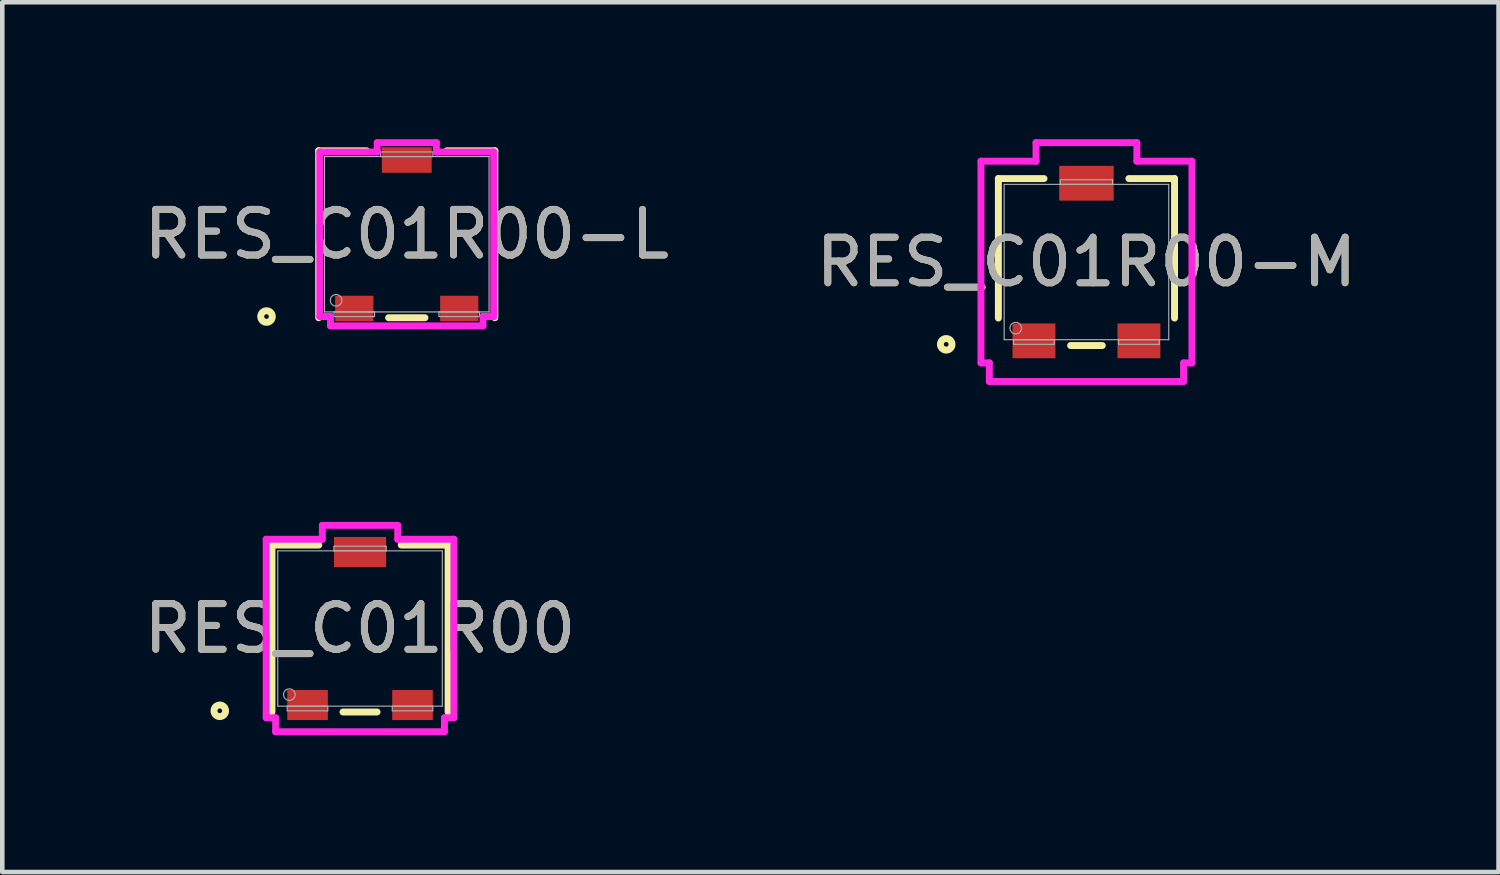
<source format=kicad_pcb>
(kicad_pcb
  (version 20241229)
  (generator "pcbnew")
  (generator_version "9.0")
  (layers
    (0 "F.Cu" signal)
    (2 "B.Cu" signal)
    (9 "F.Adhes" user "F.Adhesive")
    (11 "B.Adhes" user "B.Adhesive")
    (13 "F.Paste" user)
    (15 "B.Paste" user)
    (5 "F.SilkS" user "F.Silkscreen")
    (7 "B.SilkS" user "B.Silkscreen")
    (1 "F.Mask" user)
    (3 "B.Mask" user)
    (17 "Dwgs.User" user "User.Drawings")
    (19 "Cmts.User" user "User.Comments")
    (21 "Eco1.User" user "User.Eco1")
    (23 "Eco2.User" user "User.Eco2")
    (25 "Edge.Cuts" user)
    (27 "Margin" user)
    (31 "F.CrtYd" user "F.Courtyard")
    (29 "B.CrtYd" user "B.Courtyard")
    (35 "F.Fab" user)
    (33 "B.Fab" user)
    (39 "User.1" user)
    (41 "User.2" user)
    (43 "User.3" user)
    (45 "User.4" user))
  (footprint "RES_C01R00-L"
    (layer "F.Cu")
    (at 5.863 2.083)
    (property "Reference" "RES_C01R00-L" (at 0 0 0) (unlocked yes) (layer "F.SilkS") (effects (font (size 1 1) (thickness 0.15))))
    (attr smd)
    (fp_line (start -1.93 -1.829) (end -1.93 1.829) (stroke (width 0.152) (type solid)) (layer "F.SilkS"))
    (fp_line (start -0.879 -1.829) (end -1.93 -1.829) (stroke (width 0.152) (type solid)) (layer "F.SilkS"))
    (fp_line (start -0.398 1.829) (end 0.398 1.829) (stroke (width 0.152) (type solid)) (layer "F.SilkS"))
    (fp_line (start 1.93 -1.829) (end 0.879 -1.829) (stroke (width 0.152) (type solid)) (layer "F.SilkS"))
    (fp_line (start 1.93 1.829) (end 1.93 -1.829) (stroke (width 0.152) (type solid)) (layer "F.SilkS"))
    (fp_circle (center -3.073 1.803) (end -2.946 1.803) (stroke (width 0.152) (type solid)) (fill no) (layer "F.SilkS"))
    (fp_line (start -1.905 -1.803) (end -0.648 -1.803) (stroke (width 0.152) (type solid)) (layer "F.CrtYd"))
    (fp_line (start -1.905 1.803) (end -1.905 -1.803) (stroke (width 0.152) (type solid)) (layer "F.CrtYd"))
    (fp_line (start -1.905 1.803) (end -1.671 1.803) (stroke (width 0.152) (type solid)) (layer "F.CrtYd"))
    (fp_line (start -1.671 1.803) (end -1.671 2.007) (stroke (width 0.152) (type solid)) (layer "F.CrtYd"))
    (fp_line (start -1.671 2.007) (end 1.671 2.007) (stroke (width 0.152) (type solid)) (layer "F.CrtYd"))
    (fp_line (start -0.648 -2.007) (end 0.648 -2.007) (stroke (width 0.152) (type solid)) (layer "F.CrtYd"))
    (fp_line (start -0.648 -1.803) (end -0.648 -2.007) (stroke (width 0.152) (type solid)) (layer "F.CrtYd"))
    (fp_line (start 0.648 -1.803) (end 0.648 -2.007) (stroke (width 0.152) (type solid)) (layer "F.CrtYd"))
    (fp_line (start 1.671 1.803) (end 1.671 2.007) (stroke (width 0.152) (type solid)) (layer "F.CrtYd"))
    (fp_line (start 1.905 -1.803) (end 0.648 -1.803) (stroke (width 0.152) (type solid)) (layer "F.CrtYd"))
    (fp_line (start 1.905 -1.803) (end 1.905 1.803) (stroke (width 0.152) (type solid)) (layer "F.CrtYd"))
    (fp_line (start 1.905 1.803) (end 1.671 1.803) (stroke (width 0.152) (type solid)) (layer "F.CrtYd"))
    (fp_line (start -1.803 -1.702) (end -1.803 1.702) (stroke (width 0.025) (type solid)) (layer "F.Fab"))
    (fp_line (start -1.803 1.702) (end 1.803 1.702) (stroke (width 0.025) (type solid)) (layer "F.Fab"))
    (fp_line (start -1.595 1.702) (end -1.595 1.803) (stroke (width 0.025) (type solid)) (layer "F.Fab"))
    (fp_line (start -1.595 1.803) (end -0.706 1.803) (stroke (width 0.025) (type solid)) (layer "F.Fab"))
    (fp_line (start -0.706 1.702) (end -1.595 1.702) (stroke (width 0.025) (type solid)) (layer "F.Fab"))
    (fp_line (start -0.706 1.803) (end -0.706 1.702) (stroke (width 0.025) (type solid)) (layer "F.Fab"))
    (fp_line (start -0.572 -1.803) (end -0.572 -1.702) (stroke (width 0.025) (type solid)) (layer "F.Fab"))
    (fp_line (start -0.572 -1.702) (end 0.572 -1.702) (stroke (width 0.025) (type solid)) (layer "F.Fab"))
    (fp_line (start 0.572 -1.803) (end -0.572 -1.803) (stroke (width 0.025) (type solid)) (layer "F.Fab"))
    (fp_line (start 0.572 -1.702) (end 0.572 -1.803) (stroke (width 0.025) (type solid)) (layer "F.Fab"))
    (fp_line (start 0.706 1.702) (end 0.706 1.803) (stroke (width 0.025) (type solid)) (layer "F.Fab"))
    (fp_line (start 0.706 1.803) (end 1.595 1.803) (stroke (width 0.025) (type solid)) (layer "F.Fab"))
    (fp_line (start 1.595 1.702) (end 0.706 1.702) (stroke (width 0.025) (type solid)) (layer "F.Fab"))
    (fp_line (start 1.595 1.803) (end 1.595 1.702) (stroke (width 0.025) (type solid)) (layer "F.Fab"))
    (fp_line (start 1.803 -1.702) (end -1.803 -1.702) (stroke (width 0.025) (type solid)) (layer "F.Fab"))
    (fp_line (start 1.803 1.702) (end 1.803 -1.702) (stroke (width 0.025) (type solid)) (layer "F.Fab"))
    (fp_circle (center -1.549 1.448) (end -1.422 1.448) (stroke (width 0.025) (type solid)) (fill no) (layer "F.Fab"))
    (fp_text user "${REFERENCE}" (at 0 0 0) (unlocked yes) (layer "F.Fab") (effects (font (size 1 1) (thickness 0.15))))
    (pad "1" smd rect (at 1.15 1.626) (size 0.838 0.559) (layers "F.Cu" "F.Mask" "F.Paste"))
    (pad "2" smd rect (at 0 -1.626) (size 1.092 0.559) (layers "F.Cu" "F.Mask" "F.Paste"))
    (pad "3" smd rect (at -1.15 1.626) (size 0.838 0.559) (layers "F.Cu" "F.Mask" "F.Paste")))
  (footprint "RES_C01R00"
    (layer "F.Cu")
    (at 4.839 10.722)
    (property "Reference" "RES_C01R00" (at 0 0 0) (unlocked yes) (layer "F.SilkS") (effects (font (size 1 1) (thickness 0.15))))
    (attr smd)
    (fp_line (start -1.93 -1.829) (end -1.93 1.829) (stroke (width 0.152) (type solid)) (layer "F.SilkS"))
    (fp_line (start -0.904 -1.829) (end -1.93 -1.829) (stroke (width 0.152) (type solid)) (layer "F.SilkS"))
    (fp_line (start -0.373 1.829) (end 0.373 1.829) (stroke (width 0.152) (type solid)) (layer "F.SilkS"))
    (fp_line (start 1.93 -1.829) (end 0.904 -1.829) (stroke (width 0.152) (type solid)) (layer "F.SilkS"))
    (fp_line (start 1.93 1.829) (end 1.93 -1.829) (stroke (width 0.152) (type solid)) (layer "F.SilkS"))
    (fp_circle (center -3.073 1.803) (end -2.946 1.803) (stroke (width 0.152) (type solid)) (fill no) (layer "F.SilkS"))
    (fp_line (start -2.057 -1.956) (end -0.826 -1.956) (stroke (width 0.152) (type solid)) (layer "F.CrtYd"))
    (fp_line (start -2.057 1.956) (end -2.057 -1.956) (stroke (width 0.152) (type solid)) (layer "F.CrtYd"))
    (fp_line (start -2.057 1.956) (end -1.849 1.956) (stroke (width 0.152) (type solid)) (layer "F.CrtYd"))
    (fp_line (start -1.849 1.956) (end -1.849 2.261) (stroke (width 0.152) (type solid)) (layer "F.CrtYd"))
    (fp_line (start -1.849 2.261) (end 1.849 2.261) (stroke (width 0.152) (type solid)) (layer "F.CrtYd"))
    (fp_line (start -0.826 -2.261) (end 0.826 -2.261) (stroke (width 0.152) (type solid)) (layer "F.CrtYd"))
    (fp_line (start -0.826 -1.956) (end -0.826 -2.261) (stroke (width 0.152) (type solid)) (layer "F.CrtYd"))
    (fp_line (start 0.826 -1.956) (end 0.826 -2.261) (stroke (width 0.152) (type solid)) (layer "F.CrtYd"))
    (fp_line (start 1.849 1.956) (end 1.849 2.261) (stroke (width 0.152) (type solid)) (layer "F.CrtYd"))
    (fp_line (start 2.057 -1.956) (end 0.826 -1.956) (stroke (width 0.152) (type solid)) (layer "F.CrtYd"))
    (fp_line (start 2.057 -1.956) (end 2.057 1.956) (stroke (width 0.152) (type solid)) (layer "F.CrtYd"))
    (fp_line (start 2.057 1.956) (end 1.849 1.956) (stroke (width 0.152) (type solid)) (layer "F.CrtYd"))
    (fp_line (start -1.803 -1.702) (end -1.803 1.702) (stroke (width 0.025) (type solid)) (layer "F.Fab"))
    (fp_line (start -1.803 1.702) (end 1.803 1.702) (stroke (width 0.025) (type solid)) (layer "F.Fab"))
    (fp_line (start -1.595 1.702) (end -1.595 1.803) (stroke (width 0.025) (type solid)) (layer "F.Fab"))
    (fp_line (start -1.595 1.803) (end -0.706 1.803) (stroke (width 0.025) (type solid)) (layer "F.Fab"))
    (fp_line (start -0.706 1.702) (end -1.595 1.702) (stroke (width 0.025) (type solid)) (layer "F.Fab"))
    (fp_line (start -0.706 1.803) (end -0.706 1.702) (stroke (width 0.025) (type solid)) (layer "F.Fab"))
    (fp_line (start -0.572 -1.803) (end -0.572 -1.702) (stroke (width 0.025) (type solid)) (layer "F.Fab"))
    (fp_line (start -0.572 -1.702) (end 0.572 -1.702) (stroke (width 0.025) (type solid)) (layer "F.Fab"))
    (fp_line (start 0.572 -1.803) (end -0.572 -1.803) (stroke (width 0.025) (type solid)) (layer "F.Fab"))
    (fp_line (start 0.572 -1.702) (end 0.572 -1.803) (stroke (width 0.025) (type solid)) (layer "F.Fab"))
    (fp_line (start 0.706 1.702) (end 0.706 1.803) (stroke (width 0.025) (type solid)) (layer "F.Fab"))
    (fp_line (start 0.706 1.803) (end 1.595 1.803) (stroke (width 0.025) (type solid)) (layer "F.Fab"))
    (fp_line (start 1.595 1.702) (end 0.706 1.702) (stroke (width 0.025) (type solid)) (layer "F.Fab"))
    (fp_line (start 1.595 1.803) (end 1.595 1.702) (stroke (width 0.025) (type solid)) (layer "F.Fab"))
    (fp_line (start 1.803 -1.702) (end -1.803 -1.702) (stroke (width 0.025) (type solid)) (layer "F.Fab"))
    (fp_line (start 1.803 1.702) (end 1.803 -1.702) (stroke (width 0.025) (type solid)) (layer "F.Fab"))
    (fp_circle (center -1.549 1.448) (end -1.422 1.448) (stroke (width 0.025) (type solid)) (fill no) (layer "F.Fab"))
    (fp_text user "${REFERENCE}" (at 0 0 0) (unlocked yes) (layer "F.Fab") (effects (font (size 1 1) (thickness 0.15))))
    (pad "1" smd rect (at 1.15 1.676) (size 0.889 0.66) (layers "F.Cu" "F.Mask" "F.Paste"))
    (pad "2" smd rect (at 0 -1.676) (size 1.143 0.66) (layers "F.Cu" "F.Mask" "F.Paste"))
    (pad "3" smd rect (at -1.15 1.676) (size 0.889 0.66) (layers "F.Cu" "F.Mask" "F.Paste")))
  (footprint "RES_C01R00-M"
    (layer "F.Cu")
    (at 20.756 2.692)
    (property "Reference" "RES_C01R00-M" (at 0 0 0) (unlocked yes) (layer "F.SilkS") (effects (font (size 1 1) (thickness 0.15))))
    (attr smd)
    (fp_line (start -1.93 -1.829) (end -1.93 1.227) (stroke (width 0.152) (type solid)) (layer "F.SilkS"))
    (fp_line (start -0.93 -1.829) (end -1.93 -1.829) (stroke (width 0.152) (type solid)) (layer "F.SilkS"))
    (fp_line (start -0.347 1.829) (end 0.347 1.829) (stroke (width 0.152) (type solid)) (layer "F.SilkS"))
    (fp_line (start 1.93 -1.829) (end 0.93 -1.829) (stroke (width 0.152) (type solid)) (layer "F.SilkS"))
    (fp_line (start 1.93 1.227) (end 1.93 -1.829) (stroke (width 0.152) (type solid)) (layer "F.SilkS"))
    (fp_circle (center -3.073 1.803) (end -2.946 1.803) (stroke (width 0.152) (type solid)) (fill no) (layer "F.SilkS"))
    (fp_line (start -2.311 -2.21) (end -1.105 -2.21) (stroke (width 0.152) (type solid)) (layer "F.CrtYd"))
    (fp_line (start -2.311 2.21) (end -2.311 -2.21) (stroke (width 0.152) (type solid)) (layer "F.CrtYd"))
    (fp_line (start -2.311 2.21) (end -2.128 2.21) (stroke (width 0.152) (type solid)) (layer "F.CrtYd"))
    (fp_line (start -2.128 2.21) (end -2.128 2.616) (stroke (width 0.152) (type solid)) (layer "F.CrtYd"))
    (fp_line (start -2.128 2.616) (end 2.128 2.616) (stroke (width 0.152) (type solid)) (layer "F.CrtYd"))
    (fp_line (start -1.105 -2.616) (end 1.105 -2.616) (stroke (width 0.152) (type solid)) (layer "F.CrtYd"))
    (fp_line (start -1.105 -2.21) (end -1.105 -2.616) (stroke (width 0.152) (type solid)) (layer "F.CrtYd"))
    (fp_line (start 1.105 -2.21) (end 1.105 -2.616) (stroke (width 0.152) (type solid)) (layer "F.CrtYd"))
    (fp_line (start 2.128 2.21) (end 2.128 2.616) (stroke (width 0.152) (type solid)) (layer "F.CrtYd"))
    (fp_line (start 2.311 -2.21) (end 1.105 -2.21) (stroke (width 0.152) (type solid)) (layer "F.CrtYd"))
    (fp_line (start 2.311 -2.21) (end 2.311 2.21) (stroke (width 0.152) (type solid)) (layer "F.CrtYd"))
    (fp_line (start 2.311 2.21) (end 2.128 2.21) (stroke (width 0.152) (type solid)) (layer "F.CrtYd"))
    (fp_line (start -1.803 -1.702) (end -1.803 1.702) (stroke (width 0.025) (type solid)) (layer "F.Fab"))
    (fp_line (start -1.803 1.702) (end 1.803 1.702) (stroke (width 0.025) (type solid)) (layer "F.Fab"))
    (fp_line (start -1.595 1.702) (end -1.595 1.803) (stroke (width 0.025) (type solid)) (layer "F.Fab"))
    (fp_line (start -1.595 1.803) (end -0.706 1.803) (stroke (width 0.025) (type solid)) (layer "F.Fab"))
    (fp_line (start -0.706 1.702) (end -1.595 1.702) (stroke (width 0.025) (type solid)) (layer "F.Fab"))
    (fp_line (start -0.706 1.803) (end -0.706 1.702) (stroke (width 0.025) (type solid)) (layer "F.Fab"))
    (fp_line (start -0.572 -1.803) (end -0.572 -1.702) (stroke (width 0.025) (type solid)) (layer "F.Fab"))
    (fp_line (start -0.572 -1.702) (end 0.572 -1.702) (stroke (width 0.025) (type solid)) (layer "F.Fab"))
    (fp_line (start 0.572 -1.803) (end -0.572 -1.803) (stroke (width 0.025) (type solid)) (layer "F.Fab"))
    (fp_line (start 0.572 -1.702) (end 0.572 -1.803) (stroke (width 0.025) (type solid)) (layer "F.Fab"))
    (fp_line (start 0.706 1.702) (end 0.706 1.803) (stroke (width 0.025) (type solid)) (layer "F.Fab"))
    (fp_line (start 0.706 1.803) (end 1.595 1.803) (stroke (width 0.025) (type solid)) (layer "F.Fab"))
    (fp_line (start 1.595 1.702) (end 0.706 1.702) (stroke (width 0.025) (type solid)) (layer "F.Fab"))
    (fp_line (start 1.595 1.803) (end 1.595 1.702) (stroke (width 0.025) (type solid)) (layer "F.Fab"))
    (fp_line (start 1.803 -1.702) (end -1.803 -1.702) (stroke (width 0.025) (type solid)) (layer "F.Fab"))
    (fp_line (start 1.803 1.702) (end 1.803 -1.702) (stroke (width 0.025) (type solid)) (layer "F.Fab"))
    (fp_circle (center -1.549 1.448) (end -1.422 1.448) (stroke (width 0.025) (type solid)) (fill no) (layer "F.Fab"))
    (fp_text user "${REFERENCE}" (at 0 0 0) (unlocked yes) (layer "F.Fab") (effects (font (size 1 1) (thickness 0.15))))
    (pad "1" smd rect (at 1.15 1.727) (size 0.94 0.762) (layers "F.Cu" "F.Mask" "F.Paste"))
    (pad "2" smd rect (at 0 -1.727) (size 1.194 0.762) (layers "F.Cu" "F.Mask" "F.Paste"))
    (pad "3" smd rect (at -1.15 1.727) (size 0.94 0.762) (layers "F.Cu" "F.Mask" "F.Paste")))
  (gr_rect
    (start -3 -3)
    (end 29.786 16.058)
    (stroke (width 0.1) (type default))
    (fill no)
    (layer "Edge.Cuts")))
</source>
